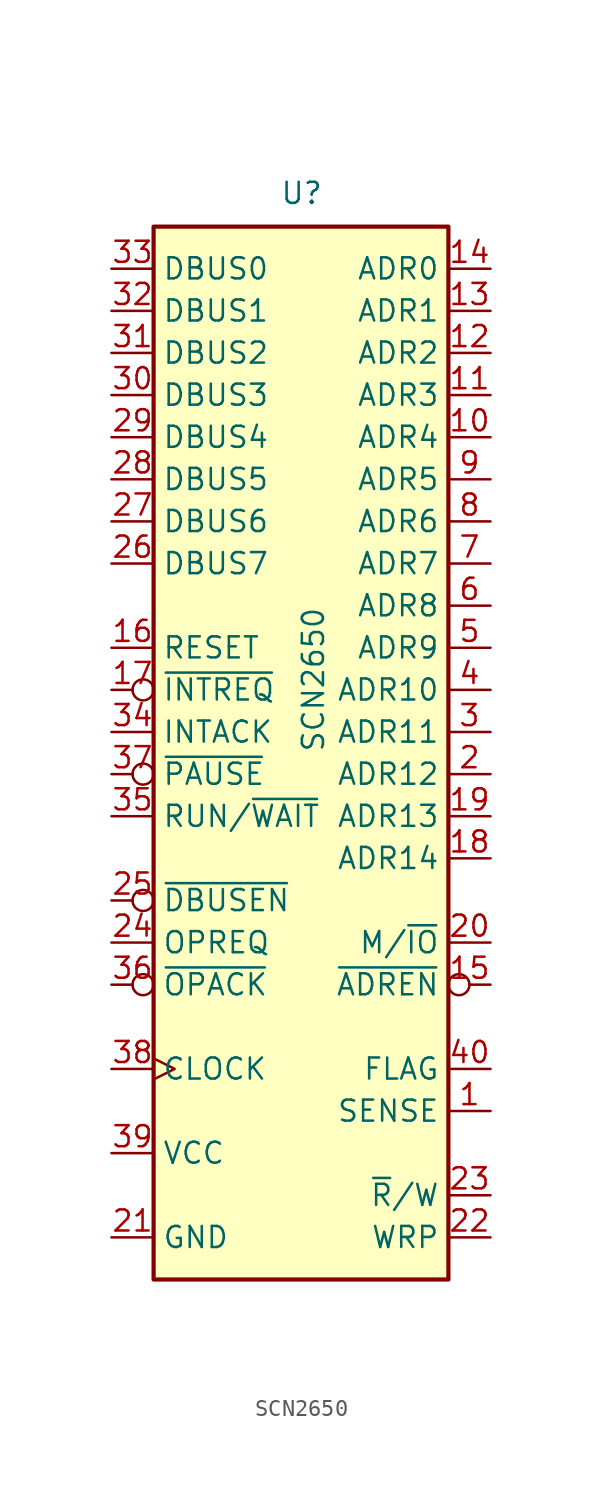
<source format=kicad_sym>
(kicad_symbol_lib
  (version 20211014)
  (generator kicad_symbol_editor)
  (symbol "SCN2650"
    (property "Reference" "U"
      (at -1.27 31.75 0)
      (effects (font (size 1.27 1.27)) (justify left bottom)))
    (property "Value" "SCN2650"
      (at 0 -1.27 90)
      (effects (font (size 1.27 1.27)) (justify left top)))
    (symbol "SCN2650_0_1"
      (rectangle (start -8.89 -33.02) (end 8.89 30.48) (stroke (width 0.254) (type default) (color 0 0 0 0)) (fill (type background))))
    (symbol "SCN2650_1_1"
      (pin input line (at 11.43 -22.86 180) (length 2.54) (name "SENSE" (effects (font (size 1.27 1.27)))) (number "1" (effects (font (size 1.27 1.27)))))
      (pin output line (at 11.43 17.78 180) (length 2.54) (name "ADR4" (effects (font (size 1.27 1.27)))) (number "10" (effects (font (size 1.27 1.27)))))
      (pin output line (at 11.43 20.32 180) (length 2.54) (name "ADR3" (effects (font (size 1.27 1.27)))) (number "11" (effects (font (size 1.27 1.27)))))
      (pin output line (at 11.43 22.86 180) (length 2.54) (name "ADR2" (effects (font (size 1.27 1.27)))) (number "12" (effects (font (size 1.27 1.27)))))
      (pin output line (at 11.43 25.4 180) (length 2.54) (name "ADR1" (effects (font (size 1.27 1.27)))) (number "13" (effects (font (size 1.27 1.27)))))
      (pin output line (at 11.43 27.94 180) (length 2.54) (name "ADR0" (effects (font (size 1.27 1.27)))) (number "14" (effects (font (size 1.27 1.27)))))
      (pin output inverted (at 11.43 -15.24 180) (length 2.54) (name "~{ADREN}" (effects (font (size 1.27 1.27)))) (number "15" (effects (font (size 1.27 1.27)))))
      (pin input line (at -11.43 5.08 0) (length 2.54) (name "RESET" (effects (font (size 1.27 1.27)))) (number "16" (effects (font (size 1.27 1.27)))))
      (pin input inverted (at -11.43 2.54 0) (length 2.54) (name "~{INTREQ}" (effects (font (size 1.27 1.27)))) (number "17" (effects (font (size 1.27 1.27)))))
      (pin output line (at 11.43 -7.62 180) (length 2.54) (name "ADR14" (effects (font (size 1.27 1.27)))) (number "18" (effects (font (size 1.27 1.27)))))
      (pin output line (at 11.43 -5.08 180) (length 2.54) (name "ADR13" (effects (font (size 1.27 1.27)))) (number "19" (effects (font (size 1.27 1.27)))))
      (pin output line (at 11.43 -2.54 180) (length 2.54) (name "ADR12" (effects (font (size 1.27 1.27)))) (number "2" (effects (font (size 1.27 1.27)))))
      (pin output line (at 11.43 -12.7 180) (length 2.54) (name "M/~{IO}" (effects (font (size 1.27 1.27)))) (number "20" (effects (font (size 1.27 1.27)))))
      (pin power_in line (at -11.43 -30.48 0) (length 2.54) (name "GND" (effects (font (size 1.27 1.27)))) (number "21" (effects (font (size 1.27 1.27)))))
      (pin output line (at 11.43 -30.48 180) (length 2.54) (name "WRP" (effects (font (size 1.27 1.27)))) (number "22" (effects (font (size 1.27 1.27)))))
      (pin output line (at 11.43 -27.94 180) (length 2.54) (name "~{R}/W" (effects (font (size 1.27 1.27)))) (number "23" (effects (font (size 1.27 1.27)))))
      (pin output line (at -11.43 -12.7 0) (length 2.54) (name "OPREQ" (effects (font (size 1.27 1.27)))) (number "24" (effects (font (size 1.27 1.27)))))
      (pin input inverted (at -11.43 -10.16 0) (length 2.54) (name "~{DBUSEN}" (effects (font (size 1.27 1.27)))) (number "25" (effects (font (size 1.27 1.27)))))
      (pin bidirectional line (at -11.43 10.16 0) (length 2.54) (name "DBUS7" (effects (font (size 1.27 1.27)))) (number "26" (effects (font (size 1.27 1.27)))))
      (pin bidirectional line (at -11.43 12.7 0) (length 2.54) (name "DBUS6" (effects (font (size 1.27 1.27)))) (number "27" (effects (font (size 1.27 1.27)))))
      (pin bidirectional line (at -11.43 15.24 0) (length 2.54) (name "DBUS5" (effects (font (size 1.27 1.27)))) (number "28" (effects (font (size 1.27 1.27)))))
      (pin bidirectional line (at -11.43 17.78 0) (length 2.54) (name "DBUS4" (effects (font (size 1.27 1.27)))) (number "29" (effects (font (size 1.27 1.27)))))
      (pin output line (at 11.43 0 180) (length 2.54) (name "ADR11" (effects (font (size 1.27 1.27)))) (number "3" (effects (font (size 1.27 1.27)))))
      (pin bidirectional line (at -11.43 20.32 0) (length 2.54) (name "DBUS3" (effects (font (size 1.27 1.27)))) (number "30" (effects (font (size 1.27 1.27)))))
      (pin bidirectional line (at -11.43 22.86 0) (length 2.54) (name "DBUS2" (effects (font (size 1.27 1.27)))) (number "31" (effects (font (size 1.27 1.27)))))
      (pin bidirectional line (at -11.43 25.4 0) (length 2.54) (name "DBUS1" (effects (font (size 1.27 1.27)))) (number "32" (effects (font (size 1.27 1.27)))))
      (pin bidirectional line (at -11.43 27.94 0) (length 2.54) (name "DBUS0" (effects (font (size 1.27 1.27)))) (number "33" (effects (font (size 1.27 1.27)))))
      (pin output line (at -11.43 0 0) (length 2.54) (name "INTACK" (effects (font (size 1.27 1.27)))) (number "34" (effects (font (size 1.27 1.27)))))
      (pin output line (at -11.43 -5.08 0) (length 2.54) (name "RUN/~{WAIT}" (effects (font (size 1.27 1.27)))) (number "35" (effects (font (size 1.27 1.27)))))
      (pin input inverted (at -11.43 -15.24 0) (length 2.54) (name "~{OPACK}" (effects (font (size 1.27 1.27)))) (number "36" (effects (font (size 1.27 1.27)))))
      (pin input inverted (at -11.43 -2.54 0) (length 2.54) (name "~{PAUSE}" (effects (font (size 1.27 1.27)))) (number "37" (effects (font (size 1.27 1.27)))))
      (pin input clock (at -11.43 -20.32 0) (length 2.54) (name "CLOCK" (effects (font (size 1.27 1.27)))) (number "38" (effects (font (size 1.27 1.27)))))
      (pin power_in line (at -11.43 -25.4 0) (length 2.54) (name "VCC" (effects (font (size 1.27 1.27)))) (number "39" (effects (font (size 1.27 1.27)))))
      (pin output line (at 11.43 2.54 180) (length 2.54) (name "ADR10" (effects (font (size 1.27 1.27)))) (number "4" (effects (font (size 1.27 1.27)))))
      (pin output line (at 11.43 -20.32 180) (length 2.54) (name "FLAG" (effects (font (size 1.27 1.27)))) (number "40" (effects (font (size 1.27 1.27)))))
      (pin output line (at 11.43 5.08 180) (length 2.54) (name "ADR9" (effects (font (size 1.27 1.27)))) (number "5" (effects (font (size 1.27 1.27)))))
      (pin output line (at 11.43 7.62 180) (length 2.54) (name "ADR8" (effects (font (size 1.27 1.27)))) (number "6" (effects (font (size 1.27 1.27)))))
      (pin output line (at 11.43 10.16 180) (length 2.54) (name "ADR7" (effects (font (size 1.27 1.27)))) (number "7" (effects (font (size 1.27 1.27)))))
      (pin output line (at 11.43 12.7 180) (length 2.54) (name "ADR6" (effects (font (size 1.27 1.27)))) (number "8" (effects (font (size 1.27 1.27)))))
      (pin output line (at 11.43 15.24 180) (length 2.54) (name "ADR5" (effects (font (size 1.27 1.27)))) (number "9" (effects (font (size 1.27 1.27))))))))
</source>
